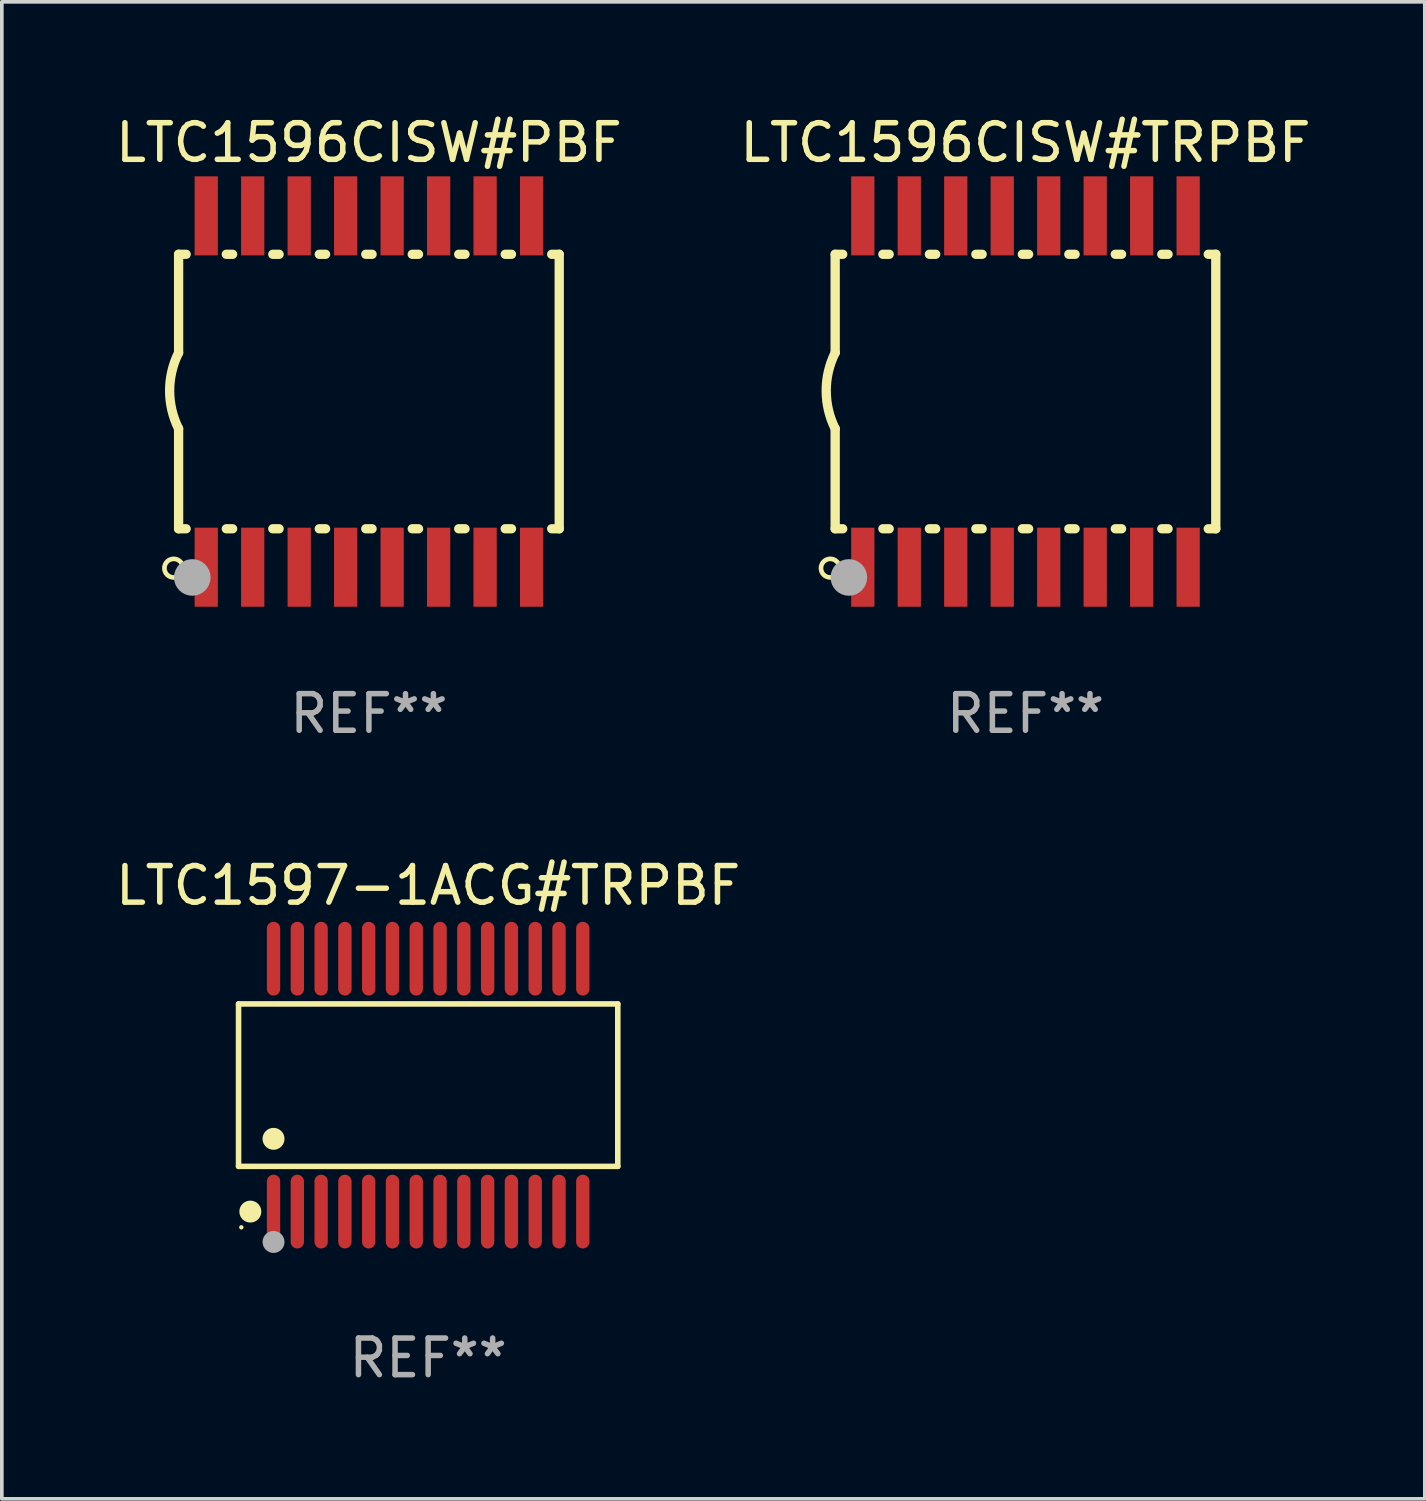
<source format=kicad_pcb>
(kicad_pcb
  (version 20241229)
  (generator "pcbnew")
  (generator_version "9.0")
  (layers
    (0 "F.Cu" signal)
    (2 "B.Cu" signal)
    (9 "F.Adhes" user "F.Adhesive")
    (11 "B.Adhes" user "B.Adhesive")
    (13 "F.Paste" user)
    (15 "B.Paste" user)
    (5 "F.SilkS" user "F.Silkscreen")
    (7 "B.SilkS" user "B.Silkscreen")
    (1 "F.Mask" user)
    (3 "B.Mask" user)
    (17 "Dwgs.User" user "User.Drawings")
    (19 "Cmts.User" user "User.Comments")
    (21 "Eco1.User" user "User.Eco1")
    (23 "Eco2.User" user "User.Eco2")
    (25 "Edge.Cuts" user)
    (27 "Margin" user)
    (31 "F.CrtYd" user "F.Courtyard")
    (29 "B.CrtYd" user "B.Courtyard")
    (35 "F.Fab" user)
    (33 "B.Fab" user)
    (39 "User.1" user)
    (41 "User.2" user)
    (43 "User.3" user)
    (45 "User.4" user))
  (footprint "LTC1597-1ACG#TRPBF"
    (layer "F.Cu")
    (at 8.649 26.6)
    (property "Reference" "LTC1597-1ACG#TRPBF" (at 0 -5.455 0) (layer "F.SilkS") (effects (font (size 1 1) (thickness 0.15))))
    (attr through_hole)
    (fp_line (start -5.181 -2.219) (end 5.181 -2.219) (stroke (width 0.152) (type solid)) (layer "F.SilkS"))
    (fp_line (start -5.181 2.219) (end -5.181 -2.219) (stroke (width 0.152) (type solid)) (layer "F.SilkS"))
    (fp_line (start 5.181 -2.219) (end 5.181 2.219) (stroke (width 0.152) (type solid)) (layer "F.SilkS"))
    (fp_line (start 5.181 2.219) (end -5.181 2.219) (stroke (width 0.152) (type solid)) (layer "F.SilkS"))
    (fp_circle (center -5.105 3.885) (end -5.075 3.885) (stroke (width 0.06) (type solid)) (fill no) (layer "F.SilkS"))
    (fp_circle (center -4.859 3.455) (end -4.709 3.455) (stroke (width 0.3) (type solid)) (fill no) (layer "F.SilkS"))
    (fp_circle (center -4.225 1.467) (end -4.075 1.467) (stroke (width 0.3) (type solid)) (fill no) (layer "F.SilkS"))
    (fp_circle (center -4.225 4.285) (end -4.075 4.285) (stroke (width 0.3) (type solid)) (fill no) (layer "F.Fab"))
    (fp_text user "REF**" (at 0 7.455 0) (layer "F.Fab") (effects (font (size 1 1) (thickness 0.15))))
    (pad "1" smd oval (at -4.225 3.455) (size 0.364 2.015) (layers "F.Cu" "F.Mask" "F.Paste"))
    (pad "2" smd oval (at -3.575 3.455) (size 0.364 2.015) (layers "F.Cu" "F.Mask" "F.Paste"))
    (pad "3" smd oval (at -2.925 3.455) (size 0.364 2.015) (layers "F.Cu" "F.Mask" "F.Paste"))
    (pad "4" smd oval (at -2.275 3.455) (size 0.364 2.015) (layers "F.Cu" "F.Mask" "F.Paste"))
    (pad "5" smd oval (at -1.625 3.455) (size 0.364 2.015) (layers "F.Cu" "F.Mask" "F.Paste"))
    (pad "6" smd oval (at -0.975 3.455) (size 0.364 2.015) (layers "F.Cu" "F.Mask" "F.Paste"))
    (pad "7" smd oval (at -0.325 3.455) (size 0.364 2.015) (layers "F.Cu" "F.Mask" "F.Paste"))
    (pad "8" smd oval (at 0.325 3.455) (size 0.364 2.015) (layers "F.Cu" "F.Mask" "F.Paste"))
    (pad "9" smd oval (at 0.975 3.455) (size 0.364 2.015) (layers "F.Cu" "F.Mask" "F.Paste"))
    (pad "10" smd oval (at 1.625 3.455) (size 0.364 2.015) (layers "F.Cu" "F.Mask" "F.Paste"))
    (pad "11" smd oval (at 2.275 3.455) (size 0.364 2.015) (layers "F.Cu" "F.Mask" "F.Paste"))
    (pad "12" smd oval (at 2.925 3.455) (size 0.364 2.015) (layers "F.Cu" "F.Mask" "F.Paste"))
    (pad "13" smd oval (at 3.575 3.455) (size 0.364 2.015) (layers "F.Cu" "F.Mask" "F.Paste"))
    (pad "14" smd oval (at 4.225 3.455) (size 0.364 2.015) (layers "F.Cu" "F.Mask" "F.Paste"))
    (pad "15" smd oval (at 4.225 -3.455) (size 0.364 2.015) (layers "F.Cu" "F.Mask" "F.Paste"))
    (pad "16" smd oval (at 3.575 -3.455) (size 0.364 2.015) (layers "F.Cu" "F.Mask" "F.Paste"))
    (pad "17" smd oval (at 2.925 -3.455) (size 0.364 2.015) (layers "F.Cu" "F.Mask" "F.Paste"))
    (pad "18" smd oval (at 2.275 -3.455) (size 0.364 2.015) (layers "F.Cu" "F.Mask" "F.Paste"))
    (pad "19" smd oval (at 1.625 -3.455) (size 0.364 2.015) (layers "F.Cu" "F.Mask" "F.Paste"))
    (pad "20" smd oval (at 0.975 -3.455) (size 0.364 2.015) (layers "F.Cu" "F.Mask" "F.Paste"))
    (pad "21" smd oval (at 0.325 -3.455) (size 0.364 2.015) (layers "F.Cu" "F.Mask" "F.Paste"))
    (pad "22" smd oval (at -0.325 -3.455) (size 0.364 2.015) (layers "F.Cu" "F.Mask" "F.Paste"))
    (pad "23" smd oval (at -0.975 -3.455) (size 0.364 2.015) (layers "F.Cu" "F.Mask" "F.Paste"))
    (pad "24" smd oval (at -1.625 -3.455) (size 0.364 2.015) (layers "F.Cu" "F.Mask" "F.Paste"))
    (pad "25" smd oval (at -2.275 -3.455) (size 0.364 2.015) (layers "F.Cu" "F.Mask" "F.Paste"))
    (pad "26" smd oval (at -2.925 -3.455) (size 0.364 2.015) (layers "F.Cu" "F.Mask" "F.Paste"))
    (pad "27" smd oval (at -3.575 -3.455) (size 0.364 2.015) (layers "F.Cu" "F.Mask" "F.Paste"))
    (pad "28" smd oval (at -4.225 -3.455) (size 0.364 2.015) (layers "F.Cu" "F.Mask" "F.Paste")))
  (footprint "LTC1596CISW#TRPBF"
    (layer "F.Cu")
    (at 24.97 7.648)
    (property "Reference" "LTC1596CISW#TRPBF" (at 0 -6.8 0) (layer "F.SilkS") (effects (font (size 1 1) (thickness 0.15))))
    (attr through_hole)
    (fp_line (start -5.2 -3.75) (end -5.2 -1.06) (stroke (width 0.254) (type solid)) (layer "F.SilkS"))
    (fp_line (start -5.2 -3.75) (end -4.994 -3.75) (stroke (width 0.254) (type solid)) (layer "F.SilkS"))
    (fp_line (start -5.2 3.75) (end -5.2 1.016) (stroke (width 0.254) (type solid)) (layer "F.SilkS"))
    (fp_line (start -5.2 3.75) (end -4.994 3.75) (stroke (width 0.254) (type solid)) (layer "F.SilkS"))
    (fp_line (start -3.896 -3.75) (end -3.724 -3.75) (stroke (width 0.254) (type solid)) (layer "F.SilkS"))
    (fp_line (start -3.896 3.75) (end -3.724 3.75) (stroke (width 0.254) (type solid)) (layer "F.SilkS"))
    (fp_line (start -2.626 -3.75) (end -2.454 -3.75) (stroke (width 0.254) (type solid)) (layer "F.SilkS"))
    (fp_line (start -2.626 3.75) (end -2.454 3.75) (stroke (width 0.254) (type solid)) (layer "F.SilkS"))
    (fp_line (start -1.356 -3.75) (end -1.184 -3.75) (stroke (width 0.254) (type solid)) (layer "F.SilkS"))
    (fp_line (start -1.356 3.75) (end -1.184 3.75) (stroke (width 0.254) (type solid)) (layer "F.SilkS"))
    (fp_line (start -0.086 -3.75) (end 0.086 -3.75) (stroke (width 0.254) (type solid)) (layer "F.SilkS"))
    (fp_line (start -0.086 3.75) (end 0.086 3.75) (stroke (width 0.254) (type solid)) (layer "F.SilkS"))
    (fp_line (start 1.184 -3.75) (end 1.356 -3.75) (stroke (width 0.254) (type solid)) (layer "F.SilkS"))
    (fp_line (start 1.184 3.75) (end 1.356 3.75) (stroke (width 0.254) (type solid)) (layer "F.SilkS"))
    (fp_line (start 2.454 -3.75) (end 2.626 -3.75) (stroke (width 0.254) (type solid)) (layer "F.SilkS"))
    (fp_line (start 2.454 3.75) (end 2.626 3.75) (stroke (width 0.254) (type solid)) (layer "F.SilkS"))
    (fp_line (start 3.724 -3.75) (end 3.896 -3.75) (stroke (width 0.254) (type solid)) (layer "F.SilkS"))
    (fp_line (start 3.724 3.75) (end 3.896 3.75) (stroke (width 0.254) (type solid)) (layer "F.SilkS"))
    (fp_line (start 4.994 -3.75) (end 5.2 -3.75) (stroke (width 0.254) (type solid)) (layer "F.SilkS"))
    (fp_line (start 4.994 3.75) (end 5.2 3.75) (stroke (width 0.254) (type solid)) (layer "F.SilkS"))
    (fp_line (start 5.2 3.75) (end 5.2 -3.75) (stroke (width 0.254) (type solid)) (layer "F.SilkS"))
    (fp_arc (start -5.199391 1.016002) (mid -5.444637 -0.021925) (end -5.2 -1.059995) (stroke (width 0.254001) (type solid)) (layer "F.SilkS"))
    (fp_circle (center -5.334 4.826) (end -5.08 4.826) (stroke (width 0.127) (type solid)) (fill no) (layer "F.SilkS"))
    (fp_circle (center -5.15 5.15) (end -5.12 5.15) (stroke (width 0.06) (type solid)) (fill no) (layer "F.SilkS"))
    (fp_circle (center -4.826 5.08) (end -4.576 5.08) (stroke (width 0.5) (type solid)) (fill no) (layer "F.Fab"))
    (fp_text user "REF**" (at 0 8.8 0) (layer "F.Fab") (effects (font (size 1 1) (thickness 0.15))))
    (pad "1" smd rect (at -4.445 4.8) (size 0.635 2.16) (layers "F.Cu" "F.Mask" "F.Paste"))
    (pad "2" smd rect (at -3.175 4.8) (size 0.635 2.16) (layers "F.Cu" "F.Mask" "F.Paste"))
    (pad "3" smd rect (at -1.905 4.8) (size 0.635 2.16) (layers "F.Cu" "F.Mask" "F.Paste"))
    (pad "4" smd rect (at -0.635 4.8) (size 0.635 2.16) (layers "F.Cu" "F.Mask" "F.Paste"))
    (pad "5" smd rect (at 0.635 4.8) (size 0.635 2.16) (layers "F.Cu" "F.Mask" "F.Paste"))
    (pad "6" smd rect (at 1.905 4.8) (size 0.635 2.16) (layers "F.Cu" "F.Mask" "F.Paste"))
    (pad "7" smd rect (at 3.175 4.8) (size 0.635 2.16) (layers "F.Cu" "F.Mask" "F.Paste"))
    (pad "8" smd rect (at 4.445 4.8) (size 0.635 2.16) (layers "F.Cu" "F.Mask" "F.Paste"))
    (pad "9" smd rect (at 4.445 -4.8) (size 0.635 2.16) (layers "F.Cu" "F.Mask" "F.Paste"))
    (pad "10" smd rect (at 3.175 -4.8) (size 0.635 2.16) (layers "F.Cu" "F.Mask" "F.Paste"))
    (pad "11" smd rect (at 1.905 -4.8) (size 0.635 2.16) (layers "F.Cu" "F.Mask" "F.Paste"))
    (pad "12" smd rect (at 0.635 -4.8) (size 0.635 2.16) (layers "F.Cu" "F.Mask" "F.Paste"))
    (pad "13" smd rect (at -0.635 -4.8) (size 0.635 2.16) (layers "F.Cu" "F.Mask" "F.Paste"))
    (pad "14" smd rect (at -1.905 -4.8) (size 0.635 2.16) (layers "F.Cu" "F.Mask" "F.Paste"))
    (pad "15" smd rect (at -3.175 -4.8) (size 0.635 2.16) (layers "F.Cu" "F.Mask" "F.Paste"))
    (pad "16" smd rect (at -4.445 -4.8) (size 0.635 2.16) (layers "F.Cu" "F.Mask" "F.Paste")))
  (footprint "LTC1596CISW#PBF"
    (layer "F.Cu")
    (at 7.03 7.648)
    (property "Reference" "LTC1596CISW#PBF" (at 0 -6.8 0) (layer "F.SilkS") (effects (font (size 1 1) (thickness 0.15))))
    (attr through_hole)
    (fp_line (start -5.2 -3.75) (end -5.2 -1.06) (stroke (width 0.254) (type solid)) (layer "F.SilkS"))
    (fp_line (start -5.2 -3.75) (end -4.994 -3.75) (stroke (width 0.254) (type solid)) (layer "F.SilkS"))
    (fp_line (start -5.2 3.75) (end -5.2 1.016) (stroke (width 0.254) (type solid)) (layer "F.SilkS"))
    (fp_line (start -5.2 3.75) (end -4.994 3.75) (stroke (width 0.254) (type solid)) (layer "F.SilkS"))
    (fp_line (start -3.896 -3.75) (end -3.724 -3.75) (stroke (width 0.254) (type solid)) (layer "F.SilkS"))
    (fp_line (start -3.896 3.75) (end -3.724 3.75) (stroke (width 0.254) (type solid)) (layer "F.SilkS"))
    (fp_line (start -2.626 -3.75) (end -2.454 -3.75) (stroke (width 0.254) (type solid)) (layer "F.SilkS"))
    (fp_line (start -2.626 3.75) (end -2.454 3.75) (stroke (width 0.254) (type solid)) (layer "F.SilkS"))
    (fp_line (start -1.356 -3.75) (end -1.184 -3.75) (stroke (width 0.254) (type solid)) (layer "F.SilkS"))
    (fp_line (start -1.356 3.75) (end -1.184 3.75) (stroke (width 0.254) (type solid)) (layer "F.SilkS"))
    (fp_line (start -0.086 -3.75) (end 0.086 -3.75) (stroke (width 0.254) (type solid)) (layer "F.SilkS"))
    (fp_line (start -0.086 3.75) (end 0.086 3.75) (stroke (width 0.254) (type solid)) (layer "F.SilkS"))
    (fp_line (start 1.184 -3.75) (end 1.356 -3.75) (stroke (width 0.254) (type solid)) (layer "F.SilkS"))
    (fp_line (start 1.184 3.75) (end 1.356 3.75) (stroke (width 0.254) (type solid)) (layer "F.SilkS"))
    (fp_line (start 2.454 -3.75) (end 2.626 -3.75) (stroke (width 0.254) (type solid)) (layer "F.SilkS"))
    (fp_line (start 2.454 3.75) (end 2.626 3.75) (stroke (width 0.254) (type solid)) (layer "F.SilkS"))
    (fp_line (start 3.724 -3.75) (end 3.896 -3.75) (stroke (width 0.254) (type solid)) (layer "F.SilkS"))
    (fp_line (start 3.724 3.75) (end 3.896 3.75) (stroke (width 0.254) (type solid)) (layer "F.SilkS"))
    (fp_line (start 4.994 -3.75) (end 5.2 -3.75) (stroke (width 0.254) (type solid)) (layer "F.SilkS"))
    (fp_line (start 4.994 3.75) (end 5.2 3.75) (stroke (width 0.254) (type solid)) (layer "F.SilkS"))
    (fp_line (start 5.2 3.75) (end 5.2 -3.75) (stroke (width 0.254) (type solid)) (layer "F.SilkS"))
    (fp_arc (start -5.199391 1.016002) (mid -5.444637 -0.021925) (end -5.2 -1.059995) (stroke (width 0.254001) (type solid)) (layer "F.SilkS"))
    (fp_circle (center -5.334 4.826) (end -5.08 4.826) (stroke (width 0.127) (type solid)) (fill no) (layer "F.SilkS"))
    (fp_circle (center -5.15 5.15) (end -5.12 5.15) (stroke (width 0.06) (type solid)) (fill no) (layer "F.SilkS"))
    (fp_circle (center -4.826 5.08) (end -4.576 5.08) (stroke (width 0.5) (type solid)) (fill no) (layer "F.Fab"))
    (fp_text user "REF**" (at 0 8.8 0) (layer "F.Fab") (effects (font (size 1 1) (thickness 0.15))))
    (pad "1" smd rect (at -4.445 4.8) (size 0.635 2.16) (layers "F.Cu" "F.Mask" "F.Paste"))
    (pad "2" smd rect (at -3.175 4.8) (size 0.635 2.16) (layers "F.Cu" "F.Mask" "F.Paste"))
    (pad "3" smd rect (at -1.905 4.8) (size 0.635 2.16) (layers "F.Cu" "F.Mask" "F.Paste"))
    (pad "4" smd rect (at -0.635 4.8) (size 0.635 2.16) (layers "F.Cu" "F.Mask" "F.Paste"))
    (pad "5" smd rect (at 0.635 4.8) (size 0.635 2.16) (layers "F.Cu" "F.Mask" "F.Paste"))
    (pad "6" smd rect (at 1.905 4.8) (size 0.635 2.16) (layers "F.Cu" "F.Mask" "F.Paste"))
    (pad "7" smd rect (at 3.175 4.8) (size 0.635 2.16) (layers "F.Cu" "F.Mask" "F.Paste"))
    (pad "8" smd rect (at 4.445 4.8) (size 0.635 2.16) (layers "F.Cu" "F.Mask" "F.Paste"))
    (pad "9" smd rect (at 4.445 -4.8) (size 0.635 2.16) (layers "F.Cu" "F.Mask" "F.Paste"))
    (pad "10" smd rect (at 3.175 -4.8) (size 0.635 2.16) (layers "F.Cu" "F.Mask" "F.Paste"))
    (pad "11" smd rect (at 1.905 -4.8) (size 0.635 2.16) (layers "F.Cu" "F.Mask" "F.Paste"))
    (pad "12" smd rect (at 0.635 -4.8) (size 0.635 2.16) (layers "F.Cu" "F.Mask" "F.Paste"))
    (pad "13" smd rect (at -0.635 -4.8) (size 0.635 2.16) (layers "F.Cu" "F.Mask" "F.Paste"))
    (pad "14" smd rect (at -1.905 -4.8) (size 0.635 2.16) (layers "F.Cu" "F.Mask" "F.Paste"))
    (pad "15" smd rect (at -3.175 -4.8) (size 0.635 2.16) (layers "F.Cu" "F.Mask" "F.Paste"))
    (pad "16" smd rect (at -4.445 -4.8) (size 0.635 2.16) (layers "F.Cu" "F.Mask" "F.Paste")))
  (gr_rect
    (start -3 -3)
    (end 35.881 37.904)
    (stroke (width 0.1) (type default))
    (fill no)
    (layer "Edge.Cuts")))
</source>
